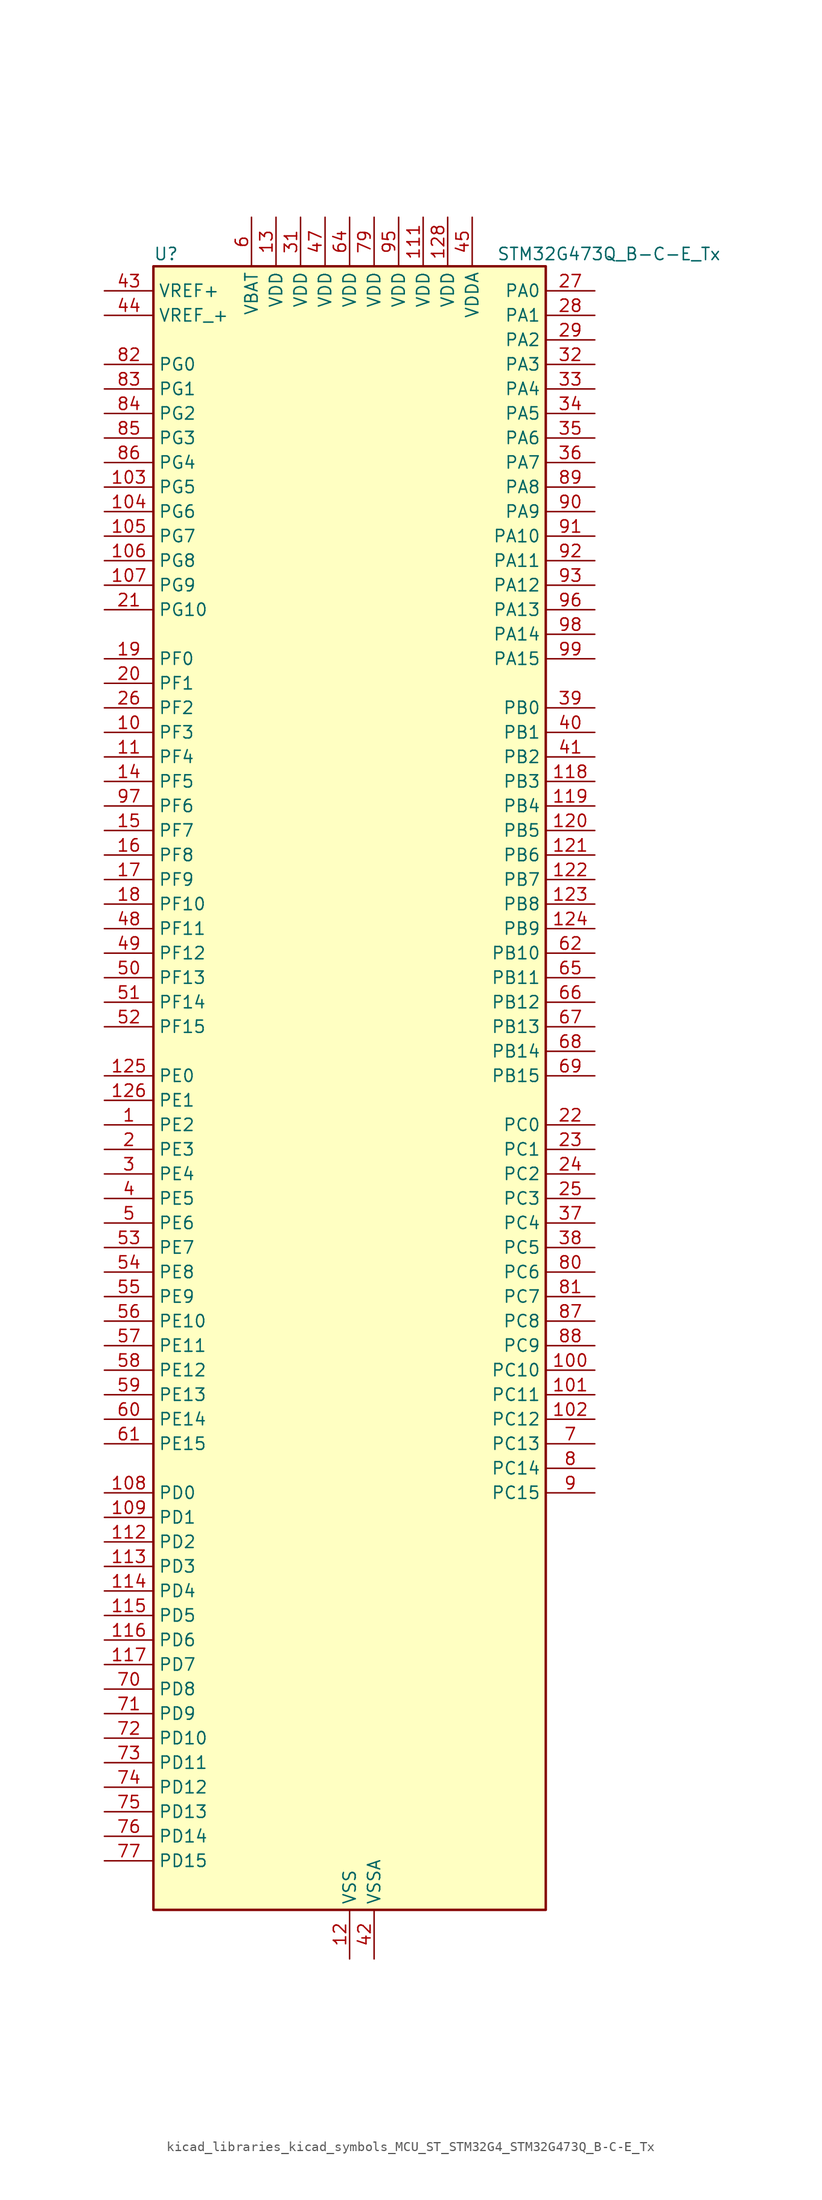
<source format=kicad_sym>
(kicad_symbol_lib
  (version 20220914)
  (generator kicad_symbol_editor)
  (symbol "kicad_libraries_kicad_symbols_MCU_ST_STM32G4_STM32G473Q_B-C-E_Tx"
    (property "Reference" "U"
      (at -20.32 87.63 0)
      (effects (font (size 1.27 1.27)) (justify left)))
    (property "Value" "STM32G473Q_B-C-E_Tx"
      (at 15.24 87.63 0)
      (effects (font (size 1.27 1.27)) (justify left)))
    (property "ki_locked" ""
      (at 0 0 0)
      (effects (font (size 1.27 1.27))))
    (symbol "kicad_libraries_kicad_symbols_MCU_ST_STM32G4_STM32G473Q_B-C-E_Tx_0_1"
      (rectangle (start -20.32 -83.82) (end 20.32 86.36) (stroke (width 0.254) (type default)) (fill (type background))))
    (symbol "kicad_libraries_kicad_symbols_MCU_ST_STM32G4_STM32G473Q_B-C-E_Tx_1_1"
      (pin bidirectional line (at -25.4 -2.54 0) (length 5.08) (name "PE2" (effects (font (size 1.27 1.27)))) (number "1" (effects (font (size 1.27 1.27)))) (alternate "ADC3_EXTI2" bidirectional line) (alternate "ADC4_EXTI2" bidirectional line) (alternate "ADC5_EXTI2" bidirectional line) (alternate "FMC_A23" bidirectional line) (alternate "SAI1_CK1" bidirectional line) (alternate "SAI1_MCLK_A" bidirectional line) (alternate "SPI4_SCK" bidirectional line) (alternate "SYS_TRACECLK" bidirectional line) (alternate "TIM20_CH1" bidirectional line) (alternate "TIM3_CH1" bidirectional line))
      (pin bidirectional line (at -25.4 38.1 0) (length 5.08) (name "PF3" (effects (font (size 1.27 1.27)))) (number "10" (effects (font (size 1.27 1.27)))) (alternate "ADC3_EXTI3" bidirectional line) (alternate "ADC4_EXTI3" bidirectional line) (alternate "ADC5_EXTI3" bidirectional line) (alternate "FMC_A3" bidirectional line) (alternate "I2C3_SCL" bidirectional line) (alternate "TIM20_CH4" bidirectional line))
      (pin bidirectional line (at 25.4 -27.94 180) (length 5.08) (name "PC10" (effects (font (size 1.27 1.27)))) (number "100" (effects (font (size 1.27 1.27)))) (alternate "DAC1_EXTI10" bidirectional line) (alternate "DAC2_EXTI10" bidirectional line) (alternate "DAC3_EXTI10" bidirectional line) (alternate "DAC4_EXTI10" bidirectional line) (alternate "I2S3_CK" bidirectional line) (alternate "SPI3_SCK" bidirectional line) (alternate "TIM8_CH1N" bidirectional line) (alternate "UART4_TX" bidirectional line) (alternate "USART3_TX" bidirectional line))
      (pin bidirectional line (at 25.4 -30.48 180) (length 5.08) (name "PC11" (effects (font (size 1.27 1.27)))) (number "101" (effects (font (size 1.27 1.27)))) (alternate "ADC1_EXTI11" bidirectional line) (alternate "ADC2_EXTI11" bidirectional line) (alternate "I2C3_SDA" bidirectional line) (alternate "SPI3_MISO" bidirectional line) (alternate "TIM8_CH2N" bidirectional line) (alternate "UART4_RX" bidirectional line) (alternate "USART3_RX" bidirectional line))
      (pin bidirectional line (at 25.4 -33.02 180) (length 5.08) (name "PC12" (effects (font (size 1.27 1.27)))) (number "102" (effects (font (size 1.27 1.27)))) (alternate "I2S3_SD" bidirectional line) (alternate "SPI3_MOSI" bidirectional line) (alternate "TIM5_CH2" bidirectional line) (alternate "TIM8_CH3N" bidirectional line) (alternate "UART5_TX" bidirectional line) (alternate "UCPD1_FRSTX1" bidirectional line) (alternate "UCPD1_FRSTX2" bidirectional line) (alternate "USART3_CK" bidirectional line))
      (pin bidirectional line (at -25.4 63.5 0) (length 5.08) (name "PG5" (effects (font (size 1.27 1.27)))) (number "103" (effects (font (size 1.27 1.27)))) (alternate "FMC_A15" bidirectional line) (alternate "LPUART1_CTS" bidirectional line) (alternate "SPI1_NSS" bidirectional line) (alternate "TIM20_ETR" bidirectional line))
      (pin bidirectional line (at -25.4 60.96 0) (length 5.08) (name "PG6" (effects (font (size 1.27 1.27)))) (number "104" (effects (font (size 1.27 1.27)))) (alternate "FMC_INT" bidirectional line) (alternate "I2C3_SMBA" bidirectional line) (alternate "LPUART1_DE" bidirectional line) (alternate "LPUART1_RTS" bidirectional line) (alternate "TIM20_BKIN" bidirectional line))
      (pin bidirectional line (at -25.4 58.42 0) (length 5.08) (name "PG7" (effects (font (size 1.27 1.27)))) (number "105" (effects (font (size 1.27 1.27)))) (alternate "FMC_INT" bidirectional line) (alternate "I2C3_SCL" bidirectional line) (alternate "LPUART1_TX" bidirectional line) (alternate "SAI1_CK1" bidirectional line) (alternate "SAI1_MCLK_A" bidirectional line))
      (pin bidirectional line (at -25.4 55.88 0) (length 5.08) (name "PG8" (effects (font (size 1.27 1.27)))) (number "106" (effects (font (size 1.27 1.27)))) (alternate "FMC_NE3" bidirectional line) (alternate "I2C3_SDA" bidirectional line) (alternate "LPUART1_RX" bidirectional line))
      (pin bidirectional line (at -25.4 53.34 0) (length 5.08) (name "PG9" (effects (font (size 1.27 1.27)))) (number "107" (effects (font (size 1.27 1.27)))) (alternate "DAC1_EXTI9" bidirectional line) (alternate "DAC2_EXTI9" bidirectional line) (alternate "DAC3_EXTI9" bidirectional line) (alternate "DAC4_EXTI9" bidirectional line) (alternate "FMC_NCE" bidirectional line) (alternate "FMC_NE2" bidirectional line) (alternate "SPI3_SCK" bidirectional line) (alternate "TIM15_CH1N" bidirectional line) (alternate "USART1_TX" bidirectional line))
      (pin bidirectional line (at -25.4 -40.64 0) (length 5.08) (name "PD0" (effects (font (size 1.27 1.27)))) (number "108" (effects (font (size 1.27 1.27)))) (alternate "FDCAN1_RX" bidirectional line) (alternate "FMC_D2" bidirectional line) (alternate "FMC_DA2" bidirectional line) (alternate "TIM8_CH4N" bidirectional line))
      (pin bidirectional line (at -25.4 -43.18 0) (length 5.08) (name "PD1" (effects (font (size 1.27 1.27)))) (number "109" (effects (font (size 1.27 1.27)))) (alternate "FDCAN1_TX" bidirectional line) (alternate "FMC_D3" bidirectional line) (alternate "FMC_DA3" bidirectional line) (alternate "TIM8_BKIN2" bidirectional line) (alternate "TIM8_CH4" bidirectional line))
      (pin bidirectional line (at -25.4 35.56 0) (length 5.08) (name "PF4" (effects (font (size 1.27 1.27)))) (number "11" (effects (font (size 1.27 1.27)))) (alternate "COMP1_OUT" bidirectional line) (alternate "FMC_A4" bidirectional line) (alternate "I2C3_SDA" bidirectional line) (alternate "TIM20_CH1N" bidirectional line))
      (pin passive line (at 0 -88.9 90) (length 5.08) hide (name "VSS" (effects (font (size 1.27 1.27)))) (number "110" (effects (font (size 1.27 1.27)))))
      (pin power_in line (at 7.62 91.44 270) (length 5.08) (name "VDD" (effects (font (size 1.27 1.27)))) (number "111" (effects (font (size 1.27 1.27)))))
      (pin bidirectional line (at -25.4 -45.72 0) (length 5.08) (name "PD2" (effects (font (size 1.27 1.27)))) (number "112" (effects (font (size 1.27 1.27)))) (alternate "ADC3_EXTI2" bidirectional line) (alternate "ADC4_EXTI2" bidirectional line) (alternate "ADC5_EXTI2" bidirectional line) (alternate "TIM3_ETR" bidirectional line) (alternate "TIM8_BKIN" bidirectional line) (alternate "UART5_RX" bidirectional line))
      (pin bidirectional line (at -25.4 -48.26 0) (length 5.08) (name "PD3" (effects (font (size 1.27 1.27)))) (number "113" (effects (font (size 1.27 1.27)))) (alternate "ADC3_EXTI3" bidirectional line) (alternate "ADC4_EXTI3" bidirectional line) (alternate "ADC5_EXTI3" bidirectional line) (alternate "FMC_CLK" bidirectional line) (alternate "QUADSPI1_BK2_NCS" bidirectional line) (alternate "TIM2_CH1" bidirectional line) (alternate "TIM2_ETR" bidirectional line) (alternate "USART2_CTS" bidirectional line) (alternate "USART2_NSS" bidirectional line))
      (pin bidirectional line (at -25.4 -50.8 0) (length 5.08) (name "PD4" (effects (font (size 1.27 1.27)))) (number "114" (effects (font (size 1.27 1.27)))) (alternate "FMC_NOE" bidirectional line) (alternate "QUADSPI1_BK2_IO0" bidirectional line) (alternate "TIM2_CH2" bidirectional line) (alternate "USART2_DE" bidirectional line) (alternate "USART2_RTS" bidirectional line))
      (pin bidirectional line (at -25.4 -53.34 0) (length 5.08) (name "PD5" (effects (font (size 1.27 1.27)))) (number "115" (effects (font (size 1.27 1.27)))) (alternate "FMC_NWE" bidirectional line) (alternate "QUADSPI1_BK2_IO1" bidirectional line) (alternate "USART2_TX" bidirectional line))
      (pin bidirectional line (at -25.4 -55.88 0) (length 5.08) (name "PD6" (effects (font (size 1.27 1.27)))) (number "116" (effects (font (size 1.27 1.27)))) (alternate "FMC_NWAIT" bidirectional line) (alternate "QUADSPI1_BK2_IO2" bidirectional line) (alternate "SAI1_D1" bidirectional line) (alternate "SAI1_SD_A" bidirectional line) (alternate "TIM2_CH4" bidirectional line) (alternate "USART2_RX" bidirectional line))
      (pin bidirectional line (at -25.4 -58.42 0) (length 5.08) (name "PD7" (effects (font (size 1.27 1.27)))) (number "117" (effects (font (size 1.27 1.27)))) (alternate "FMC_NCE" bidirectional line) (alternate "FMC_NE1" bidirectional line) (alternate "QUADSPI1_BK2_IO3" bidirectional line) (alternate "TIM2_CH3" bidirectional line) (alternate "USART2_CK" bidirectional line))
      (pin bidirectional line (at 25.4 33.02 180) (length 5.08) (name "PB3" (effects (font (size 1.27 1.27)))) (number "118" (effects (font (size 1.27 1.27)))) (alternate "ADC3_EXTI3" bidirectional line) (alternate "ADC4_EXTI3" bidirectional line) (alternate "ADC5_EXTI3" bidirectional line) (alternate "CRS_SYNC" bidirectional line) (alternate "FDCAN3_RX" bidirectional line) (alternate "I2S3_CK" bidirectional line) (alternate "SAI1_SCK_B" bidirectional line) (alternate "SPI1_SCK" bidirectional line) (alternate "SPI3_SCK" bidirectional line) (alternate "SYS_JTDO-SWO" bidirectional line) (alternate "TIM2_CH2" bidirectional line) (alternate "TIM3_ETR" bidirectional line) (alternate "TIM4_ETR" bidirectional line) (alternate "TIM8_CH1N" bidirectional line) (alternate "USART2_TX" bidirectional line))
      (pin bidirectional line (at 25.4 30.48 180) (length 5.08) (name "PB4" (effects (font (size 1.27 1.27)))) (number "119" (effects (font (size 1.27 1.27)))) (alternate "FDCAN3_TX" bidirectional line) (alternate "SAI1_MCLK_B" bidirectional line) (alternate "SPI1_MISO" bidirectional line) (alternate "SPI3_MISO" bidirectional line) (alternate "SYS_JTRST" bidirectional line) (alternate "TIM16_CH1" bidirectional line) (alternate "TIM17_BKIN" bidirectional line) (alternate "TIM3_CH1" bidirectional line) (alternate "TIM8_CH2N" bidirectional line) (alternate "UART5_DE" bidirectional line) (alternate "UART5_RTS" bidirectional line) (alternate "UCPD1_CC2" bidirectional line) (alternate "USART2_RX" bidirectional line))
      (pin power_in line (at 0 -88.9 90) (length 5.08) (name "VSS" (effects (font (size 1.27 1.27)))) (number "12" (effects (font (size 1.27 1.27)))))
      (pin bidirectional line (at 25.4 27.94 180) (length 5.08) (name "PB5" (effects (font (size 1.27 1.27)))) (number "120" (effects (font (size 1.27 1.27)))) (alternate "FDCAN2_RX" bidirectional line) (alternate "I2C1_SMBA" bidirectional line) (alternate "I2C3_SDA" bidirectional line) (alternate "I2S3_SD" bidirectional line) (alternate "LPTIM1_IN1" bidirectional line) (alternate "SAI1_SD_B" bidirectional line) (alternate "SPI1_MOSI" bidirectional line) (alternate "SPI3_MOSI" bidirectional line) (alternate "TIM16_BKIN" bidirectional line) (alternate "TIM17_CH1" bidirectional line) (alternate "TIM3_CH2" bidirectional line) (alternate "TIM8_CH3N" bidirectional line) (alternate "UART5_CTS" bidirectional line) (alternate "USART2_CK" bidirectional line))
      (pin bidirectional line (at 25.4 25.4 180) (length 5.08) (name "PB6" (effects (font (size 1.27 1.27)))) (number "121" (effects (font (size 1.27 1.27)))) (alternate "COMP4_OUT" bidirectional line) (alternate "FDCAN2_TX" bidirectional line) (alternate "LPTIM1_ETR" bidirectional line) (alternate "SAI1_FS_B" bidirectional line) (alternate "TIM16_CH1N" bidirectional line) (alternate "TIM4_CH1" bidirectional line) (alternate "TIM8_BKIN2" bidirectional line) (alternate "TIM8_CH1" bidirectional line) (alternate "TIM8_ETR" bidirectional line) (alternate "UCPD1_CC1" bidirectional line) (alternate "USART1_TX" bidirectional line))
      (pin bidirectional line (at 25.4 22.86 180) (length 5.08) (name "PB7" (effects (font (size 1.27 1.27)))) (number "122" (effects (font (size 1.27 1.27)))) (alternate "COMP3_OUT" bidirectional line) (alternate "FMC_NL" bidirectional line) (alternate "I2C1_SDA" bidirectional line) (alternate "I2C4_SDA" bidirectional line) (alternate "LPTIM1_IN2" bidirectional line) (alternate "SYS_PVD_IN" bidirectional line) (alternate "TIM17_CH1N" bidirectional line) (alternate "TIM3_CH4" bidirectional line) (alternate "TIM4_CH2" bidirectional line) (alternate "TIM8_BKIN" bidirectional line) (alternate "UART4_CTS" bidirectional line) (alternate "USART1_RX" bidirectional line))
      (pin bidirectional line (at 25.4 20.32 180) (length 5.08) (name "PB8" (effects (font (size 1.27 1.27)))) (number "123" (effects (font (size 1.27 1.27)))) (alternate "COMP1_OUT" bidirectional line) (alternate "FDCAN1_RX" bidirectional line) (alternate "I2C1_SCL" bidirectional line) (alternate "SAI1_CK1" bidirectional line) (alternate "SAI1_MCLK_A" bidirectional line) (alternate "TIM16_CH1" bidirectional line) (alternate "TIM1_BKIN" bidirectional line) (alternate "TIM4_CH3" bidirectional line) (alternate "TIM8_CH2" bidirectional line) (alternate "USART3_RX" bidirectional line))
      (pin bidirectional line (at 25.4 17.78 180) (length 5.08) (name "PB9" (effects (font (size 1.27 1.27)))) (number "124" (effects (font (size 1.27 1.27)))) (alternate "COMP2_OUT" bidirectional line) (alternate "DAC1_EXTI9" bidirectional line) (alternate "DAC2_EXTI9" bidirectional line) (alternate "DAC3_EXTI9" bidirectional line) (alternate "DAC4_EXTI9" bidirectional line) (alternate "FDCAN1_TX" bidirectional line) (alternate "I2C1_SDA" bidirectional line) (alternate "IR_OUT" bidirectional line) (alternate "SAI1_D2" bidirectional line) (alternate "SAI1_FS_A" bidirectional line) (alternate "TIM17_CH1" bidirectional line) (alternate "TIM1_CH3N" bidirectional line) (alternate "TIM4_CH4" bidirectional line) (alternate "TIM8_CH3" bidirectional line) (alternate "USART3_TX" bidirectional line))
      (pin bidirectional line (at -25.4 2.54 0) (length 5.08) (name "PE0" (effects (font (size 1.27 1.27)))) (number "125" (effects (font (size 1.27 1.27)))) (alternate "FMC_NBL0" bidirectional line) (alternate "TIM16_CH1" bidirectional line) (alternate "TIM20_CH4N" bidirectional line) (alternate "TIM20_ETR" bidirectional line) (alternate "TIM4_ETR" bidirectional line) (alternate "USART1_TX" bidirectional line))
      (pin bidirectional line (at -25.4 0 0) (length 5.08) (name "PE1" (effects (font (size 1.27 1.27)))) (number "126" (effects (font (size 1.27 1.27)))) (alternate "FMC_NBL1" bidirectional line) (alternate "TIM17_CH1" bidirectional line) (alternate "TIM20_CH4" bidirectional line) (alternate "USART1_RX" bidirectional line))
      (pin passive line (at 0 -88.9 90) (length 5.08) hide (name "VSS" (effects (font (size 1.27 1.27)))) (number "127" (effects (font (size 1.27 1.27)))))
      (pin power_in line (at 10.16 91.44 270) (length 5.08) (name "VDD" (effects (font (size 1.27 1.27)))) (number "128" (effects (font (size 1.27 1.27)))))
      (pin power_in line (at -7.62 91.44 270) (length 5.08) (name "VDD" (effects (font (size 1.27 1.27)))) (number "13" (effects (font (size 1.27 1.27)))))
      (pin bidirectional line (at -25.4 33.02 0) (length 5.08) (name "PF5" (effects (font (size 1.27 1.27)))) (number "14" (effects (font (size 1.27 1.27)))) (alternate "FMC_A5" bidirectional line) (alternate "TIM20_CH2N" bidirectional line))
      (pin bidirectional line (at -25.4 27.94 0) (length 5.08) (name "PF7" (effects (font (size 1.27 1.27)))) (number "15" (effects (font (size 1.27 1.27)))) (alternate "FMC_A1" bidirectional line) (alternate "QUADSPI1_BK1_IO2" bidirectional line) (alternate "SAI1_MCLK_B" bidirectional line) (alternate "TIM20_BKIN" bidirectional line) (alternate "TIM5_CH2" bidirectional line))
      (pin bidirectional line (at -25.4 25.4 0) (length 5.08) (name "PF8" (effects (font (size 1.27 1.27)))) (number "16" (effects (font (size 1.27 1.27)))) (alternate "FMC_A24" bidirectional line) (alternate "QUADSPI1_BK1_IO0" bidirectional line) (alternate "SAI1_SCK_B" bidirectional line) (alternate "TIM20_BKIN2" bidirectional line) (alternate "TIM5_CH3" bidirectional line))
      (pin bidirectional line (at -25.4 22.86 0) (length 5.08) (name "PF9" (effects (font (size 1.27 1.27)))) (number "17" (effects (font (size 1.27 1.27)))) (alternate "DAC1_EXTI9" bidirectional line) (alternate "DAC2_EXTI9" bidirectional line) (alternate "DAC3_EXTI9" bidirectional line) (alternate "DAC4_EXTI9" bidirectional line) (alternate "FMC_A25" bidirectional line) (alternate "QUADSPI1_BK1_IO1" bidirectional line) (alternate "SAI1_FS_B" bidirectional line) (alternate "SPI2_SCK" bidirectional line) (alternate "TIM15_CH1" bidirectional line) (alternate "TIM20_BKIN" bidirectional line) (alternate "TIM5_CH4" bidirectional line))
      (pin bidirectional line (at -25.4 20.32 0) (length 5.08) (name "PF10" (effects (font (size 1.27 1.27)))) (number "18" (effects (font (size 1.27 1.27)))) (alternate "DAC1_EXTI10" bidirectional line) (alternate "DAC2_EXTI10" bidirectional line) (alternate "DAC3_EXTI10" bidirectional line) (alternate "DAC4_EXTI10" bidirectional line) (alternate "FMC_A0" bidirectional line) (alternate "QUADSPI1_CLK" bidirectional line) (alternate "SAI1_D3" bidirectional line) (alternate "SPI2_SCK" bidirectional line) (alternate "TIM15_CH2" bidirectional line) (alternate "TIM20_BKIN2" bidirectional line))
      (pin bidirectional line (at -25.4 45.72 0) (length 5.08) (name "PF0" (effects (font (size 1.27 1.27)))) (number "19" (effects (font (size 1.27 1.27)))) (alternate "ADC1_IN10" bidirectional line) (alternate "I2C2_SDA" bidirectional line) (alternate "I2S2_WS" bidirectional line) (alternate "RCC_OSC_IN" bidirectional line) (alternate "SPI2_NSS" bidirectional line) (alternate "TIM1_CH3N" bidirectional line))
      (pin bidirectional line (at -25.4 -5.08 0) (length 5.08) (name "PE3" (effects (font (size 1.27 1.27)))) (number "2" (effects (font (size 1.27 1.27)))) (alternate "ADC3_EXTI3" bidirectional line) (alternate "ADC4_EXTI3" bidirectional line) (alternate "ADC5_EXTI3" bidirectional line) (alternate "FMC_A19" bidirectional line) (alternate "SAI1_SD_B" bidirectional line) (alternate "SPI4_NSS" bidirectional line) (alternate "SYS_TRACED0" bidirectional line) (alternate "TIM20_CH2" bidirectional line) (alternate "TIM3_CH2" bidirectional line))
      (pin bidirectional line (at -25.4 43.18 0) (length 5.08) (name "PF1" (effects (font (size 1.27 1.27)))) (number "20" (effects (font (size 1.27 1.27)))) (alternate "ADC2_IN10" bidirectional line) (alternate "COMP3_INM" bidirectional line) (alternate "I2S2_CK" bidirectional line) (alternate "RCC_OSC_OUT" bidirectional line) (alternate "SPI2_SCK" bidirectional line))
      (pin bidirectional line (at -25.4 50.8 0) (length 5.08) (name "PG10" (effects (font (size 1.27 1.27)))) (number "21" (effects (font (size 1.27 1.27)))) (alternate "DAC1_EXTI10" bidirectional line) (alternate "DAC2_EXTI10" bidirectional line) (alternate "DAC3_EXTI10" bidirectional line) (alternate "DAC4_EXTI10" bidirectional line) (alternate "RCC_MCO" bidirectional line))
      (pin bidirectional line (at 25.4 -2.54 180) (length 5.08) (name "PC0" (effects (font (size 1.27 1.27)))) (number "22" (effects (font (size 1.27 1.27)))) (alternate "ADC1_IN6" bidirectional line) (alternate "ADC2_IN6" bidirectional line) (alternate "COMP3_INM" bidirectional line) (alternate "LPTIM1_IN1" bidirectional line) (alternate "LPUART1_RX" bidirectional line) (alternate "TIM1_CH1" bidirectional line))
      (pin bidirectional line (at 25.4 -5.08 180) (length 5.08) (name "PC1" (effects (font (size 1.27 1.27)))) (number "23" (effects (font (size 1.27 1.27)))) (alternate "ADC1_IN7" bidirectional line) (alternate "ADC2_IN7" bidirectional line) (alternate "COMP3_INP" bidirectional line) (alternate "LPTIM1_OUT" bidirectional line) (alternate "LPUART1_TX" bidirectional line) (alternate "QUADSPI1_BK2_IO0" bidirectional line) (alternate "SAI1_SD_A" bidirectional line) (alternate "TIM1_CH2" bidirectional line))
      (pin bidirectional line (at 25.4 -7.62 180) (length 5.08) (name "PC2" (effects (font (size 1.27 1.27)))) (number "24" (effects (font (size 1.27 1.27)))) (alternate "ADC1_IN8" bidirectional line) (alternate "ADC2_IN8" bidirectional line) (alternate "ADC3_EXTI2" bidirectional line) (alternate "ADC4_EXTI2" bidirectional line) (alternate "ADC5_EXTI2" bidirectional line) (alternate "COMP3_OUT" bidirectional line) (alternate "LPTIM1_IN2" bidirectional line) (alternate "QUADSPI1_BK2_IO1" bidirectional line) (alternate "TIM1_CH3" bidirectional line) (alternate "TIM20_CH2" bidirectional line))
      (pin bidirectional line (at 25.4 -10.16 180) (length 5.08) (name "PC3" (effects (font (size 1.27 1.27)))) (number "25" (effects (font (size 1.27 1.27)))) (alternate "ADC1_IN9" bidirectional line) (alternate "ADC2_IN9" bidirectional line) (alternate "ADC3_EXTI3" bidirectional line) (alternate "ADC4_EXTI3" bidirectional line) (alternate "ADC5_EXTI3" bidirectional line) (alternate "LPTIM1_ETR" bidirectional line) (alternate "OPAMP5_VINP" bidirectional line) (alternate "OPAMP5_VINP_SEC" bidirectional line) (alternate "QUADSPI1_BK2_IO2" bidirectional line) (alternate "SAI1_D1" bidirectional line) (alternate "SAI1_SD_A" bidirectional line) (alternate "TIM1_BKIN2" bidirectional line) (alternate "TIM1_CH4" bidirectional line))
      (pin bidirectional line (at -25.4 40.64 0) (length 5.08) (name "PF2" (effects (font (size 1.27 1.27)))) (number "26" (effects (font (size 1.27 1.27)))) (alternate "ADC3_EXTI2" bidirectional line) (alternate "ADC4_EXTI2" bidirectional line) (alternate "ADC5_EXTI2" bidirectional line) (alternate "FMC_A2" bidirectional line) (alternate "I2C2_SMBA" bidirectional line) (alternate "TIM20_CH3" bidirectional line))
      (pin bidirectional line (at 25.4 83.82 180) (length 5.08) (name "PA0" (effects (font (size 1.27 1.27)))) (number "27" (effects (font (size 1.27 1.27)))) (alternate "ADC1_IN1" bidirectional line) (alternate "ADC2_IN1" bidirectional line) (alternate "COMP1_INM" bidirectional line) (alternate "COMP1_OUT" bidirectional line) (alternate "COMP3_INP" bidirectional line) (alternate "RTC_TAMP2" bidirectional line) (alternate "SYS_WKUP1" bidirectional line) (alternate "TIM2_CH1" bidirectional line) (alternate "TIM2_ETR" bidirectional line) (alternate "TIM5_CH1" bidirectional line) (alternate "TIM8_BKIN" bidirectional line) (alternate "TIM8_ETR" bidirectional line) (alternate "USART2_CTS" bidirectional line) (alternate "USART2_NSS" bidirectional line))
      (pin bidirectional line (at 25.4 81.28 180) (length 5.08) (name "PA1" (effects (font (size 1.27 1.27)))) (number "28" (effects (font (size 1.27 1.27)))) (alternate "ADC1_IN2" bidirectional line) (alternate "ADC2_IN2" bidirectional line) (alternate "COMP1_INP" bidirectional line) (alternate "OPAMP1_VINP" bidirectional line) (alternate "OPAMP1_VINP_SEC" bidirectional line) (alternate "OPAMP3_VINP" bidirectional line) (alternate "OPAMP3_VINP_SEC" bidirectional line) (alternate "OPAMP6_VINM" bidirectional line) (alternate "OPAMP6_VINM0" bidirectional line) (alternate "OPAMP6_VINM_SEC" bidirectional line) (alternate "RTC_REFIN" bidirectional line) (alternate "TIM15_CH1N" bidirectional line) (alternate "TIM2_CH2" bidirectional line) (alternate "TIM5_CH2" bidirectional line) (alternate "USART2_DE" bidirectional line) (alternate "USART2_RTS" bidirectional line))
      (pin bidirectional line (at 25.4 78.74 180) (length 5.08) (name "PA2" (effects (font (size 1.27 1.27)))) (number "29" (effects (font (size 1.27 1.27)))) (alternate "ADC1_IN3" bidirectional line) (alternate "ADC3_EXTI2" bidirectional line) (alternate "ADC4_EXTI2" bidirectional line) (alternate "ADC5_EXTI2" bidirectional line) (alternate "COMP2_INM" bidirectional line) (alternate "COMP2_OUT" bidirectional line) (alternate "LPUART1_TX" bidirectional line) (alternate "OPAMP1_VOUT" bidirectional line) (alternate "QUADSPI1_BK1_NCS" bidirectional line) (alternate "RCC_LSCO" bidirectional line) (alternate "SYS_WKUP4" bidirectional line) (alternate "TIM15_CH1" bidirectional line) (alternate "TIM2_CH3" bidirectional line) (alternate "TIM5_CH3" bidirectional line) (alternate "UCPD1_FRSTX1" bidirectional line) (alternate "UCPD1_FRSTX2" bidirectional line) (alternate "USART2_TX" bidirectional line))
      (pin bidirectional line (at -25.4 -7.62 0) (length 5.08) (name "PE4" (effects (font (size 1.27 1.27)))) (number "3" (effects (font (size 1.27 1.27)))) (alternate "FMC_A20" bidirectional line) (alternate "SAI1_D2" bidirectional line) (alternate "SAI1_FS_A" bidirectional line) (alternate "SPI4_NSS" bidirectional line) (alternate "SYS_TRACED1" bidirectional line) (alternate "TIM20_CH1N" bidirectional line) (alternate "TIM3_CH3" bidirectional line))
      (pin passive line (at 0 -88.9 90) (length 5.08) hide (name "VSS" (effects (font (size 1.27 1.27)))) (number "30" (effects (font (size 1.27 1.27)))))
      (pin power_in line (at -5.08 91.44 270) (length 5.08) (name "VDD" (effects (font (size 1.27 1.27)))) (number "31" (effects (font (size 1.27 1.27)))))
      (pin bidirectional line (at 25.4 76.2 180) (length 5.08) (name "PA3" (effects (font (size 1.27 1.27)))) (number "32" (effects (font (size 1.27 1.27)))) (alternate "ADC1_IN4" bidirectional line) (alternate "ADC3_EXTI3" bidirectional line) (alternate "ADC4_EXTI3" bidirectional line) (alternate "ADC5_EXTI3" bidirectional line) (alternate "COMP2_INP" bidirectional line) (alternate "LPUART1_RX" bidirectional line) (alternate "OPAMP1_VINM" bidirectional line) (alternate "OPAMP1_VINM0" bidirectional line) (alternate "OPAMP1_VINM_SEC" bidirectional line) (alternate "OPAMP1_VINP" bidirectional line) (alternate "OPAMP1_VINP_SEC" bidirectional line) (alternate "OPAMP5_VINM" bidirectional line) (alternate "OPAMP5_VINM1" bidirectional line) (alternate "OPAMP5_VINM_SEC" bidirectional line) (alternate "QUADSPI1_CLK" bidirectional line) (alternate "SAI1_CK1" bidirectional line) (alternate "SAI1_MCLK_A" bidirectional line) (alternate "TIM15_CH2" bidirectional line) (alternate "TIM2_CH4" bidirectional line) (alternate "TIM5_CH4" bidirectional line) (alternate "USART2_RX" bidirectional line))
      (pin bidirectional line (at 25.4 73.66 180) (length 5.08) (name "PA4" (effects (font (size 1.27 1.27)))) (number "33" (effects (font (size 1.27 1.27)))) (alternate "ADC2_IN17" bidirectional line) (alternate "COMP1_INM" bidirectional line) (alternate "DAC1_OUT1" bidirectional line) (alternate "I2S3_WS" bidirectional line) (alternate "SAI1_FS_B" bidirectional line) (alternate "SPI1_NSS" bidirectional line) (alternate "SPI3_NSS" bidirectional line) (alternate "TIM3_CH2" bidirectional line) (alternate "USART2_CK" bidirectional line))
      (pin bidirectional line (at 25.4 71.12 180) (length 5.08) (name "PA5" (effects (font (size 1.27 1.27)))) (number "34" (effects (font (size 1.27 1.27)))) (alternate "ADC2_IN13" bidirectional line) (alternate "COMP2_INM" bidirectional line) (alternate "DAC1_OUT2" bidirectional line) (alternate "OPAMP2_VINM" bidirectional line) (alternate "OPAMP2_VINM0" bidirectional line) (alternate "OPAMP2_VINM_SEC" bidirectional line) (alternate "SPI1_SCK" bidirectional line) (alternate "TIM2_CH1" bidirectional line) (alternate "TIM2_ETR" bidirectional line) (alternate "UCPD1_FRSTX1" bidirectional line) (alternate "UCPD1_FRSTX2" bidirectional line))
      (pin bidirectional line (at 25.4 68.58 180) (length 5.08) (name "PA6" (effects (font (size 1.27 1.27)))) (number "35" (effects (font (size 1.27 1.27)))) (alternate "ADC2_IN3" bidirectional line) (alternate "COMP1_OUT" bidirectional line) (alternate "DAC2_OUT1" bidirectional line) (alternate "LPUART1_CTS" bidirectional line) (alternate "OPAMP2_VOUT" bidirectional line) (alternate "QUADSPI1_BK1_IO3" bidirectional line) (alternate "SPI1_MISO" bidirectional line) (alternate "TIM16_CH1" bidirectional line) (alternate "TIM1_BKIN" bidirectional line) (alternate "TIM3_CH1" bidirectional line) (alternate "TIM8_BKIN" bidirectional line))
      (pin bidirectional line (at 25.4 66.04 180) (length 5.08) (name "PA7" (effects (font (size 1.27 1.27)))) (number "36" (effects (font (size 1.27 1.27)))) (alternate "ADC2_IN4" bidirectional line) (alternate "COMP2_INP" bidirectional line) (alternate "COMP2_OUT" bidirectional line) (alternate "OPAMP1_VINP" bidirectional line) (alternate "OPAMP1_VINP_SEC" bidirectional line) (alternate "OPAMP2_VINP" bidirectional line) (alternate "OPAMP2_VINP_SEC" bidirectional line) (alternate "QUADSPI1_BK1_IO2" bidirectional line) (alternate "SPI1_MOSI" bidirectional line) (alternate "TIM17_CH1" bidirectional line) (alternate "TIM1_CH1N" bidirectional line) (alternate "TIM3_CH2" bidirectional line) (alternate "TIM8_CH1N" bidirectional line) (alternate "UCPD1_FRSTX1" bidirectional line) (alternate "UCPD1_FRSTX2" bidirectional line))
      (pin bidirectional line (at 25.4 -12.7 180) (length 5.08) (name "PC4" (effects (font (size 1.27 1.27)))) (number "37" (effects (font (size 1.27 1.27)))) (alternate "ADC2_IN5" bidirectional line) (alternate "I2C2_SCL" bidirectional line) (alternate "QUADSPI1_BK2_IO3" bidirectional line) (alternate "TIM1_ETR" bidirectional line) (alternate "USART1_TX" bidirectional line))
      (pin bidirectional line (at 25.4 -15.24 180) (length 5.08) (name "PC5" (effects (font (size 1.27 1.27)))) (number "38" (effects (font (size 1.27 1.27)))) (alternate "ADC2_IN11" bidirectional line) (alternate "OPAMP1_VINM" bidirectional line) (alternate "OPAMP1_VINM1" bidirectional line) (alternate "OPAMP1_VINM_SEC" bidirectional line) (alternate "OPAMP2_VINM" bidirectional line) (alternate "OPAMP2_VINM1" bidirectional line) (alternate "OPAMP2_VINM_SEC" bidirectional line) (alternate "SAI1_D3" bidirectional line) (alternate "SYS_WKUP5" bidirectional line) (alternate "TIM15_BKIN" bidirectional line) (alternate "TIM1_CH4N" bidirectional line) (alternate "USART1_RX" bidirectional line))
      (pin bidirectional line (at 25.4 40.64 180) (length 5.08) (name "PB0" (effects (font (size 1.27 1.27)))) (number "39" (effects (font (size 1.27 1.27)))) (alternate "ADC1_IN15" bidirectional line) (alternate "ADC3_IN12" bidirectional line) (alternate "COMP4_INP" bidirectional line) (alternate "OPAMP2_VINP" bidirectional line) (alternate "OPAMP2_VINP_SEC" bidirectional line) (alternate "OPAMP3_VINP" bidirectional line) (alternate "OPAMP3_VINP_SEC" bidirectional line) (alternate "QUADSPI1_BK1_IO1" bidirectional line) (alternate "TIM1_CH2N" bidirectional line) (alternate "TIM3_CH3" bidirectional line) (alternate "TIM8_CH2N" bidirectional line) (alternate "UCPD1_FRSTX1" bidirectional line) (alternate "UCPD1_FRSTX2" bidirectional line))
      (pin bidirectional line (at -25.4 -10.16 0) (length 5.08) (name "PE5" (effects (font (size 1.27 1.27)))) (number "4" (effects (font (size 1.27 1.27)))) (alternate "FMC_A21" bidirectional line) (alternate "SAI1_CK2" bidirectional line) (alternate "SAI1_SCK_A" bidirectional line) (alternate "SPI4_MISO" bidirectional line) (alternate "SYS_TRACED2" bidirectional line) (alternate "TIM20_CH2N" bidirectional line) (alternate "TIM3_CH4" bidirectional line))
      (pin bidirectional line (at 25.4 38.1 180) (length 5.08) (name "PB1" (effects (font (size 1.27 1.27)))) (number "40" (effects (font (size 1.27 1.27)))) (alternate "ADC1_IN12" bidirectional line) (alternate "ADC3_IN1" bidirectional line) (alternate "COMP1_INP" bidirectional line) (alternate "COMP4_OUT" bidirectional line) (alternate "LPUART1_DE" bidirectional line) (alternate "LPUART1_RTS" bidirectional line) (alternate "OPAMP3_VOUT" bidirectional line) (alternate "OPAMP6_VINM" bidirectional line) (alternate "OPAMP6_VINM1" bidirectional line) (alternate "OPAMP6_VINM_SEC" bidirectional line) (alternate "QUADSPI1_BK1_IO0" bidirectional line) (alternate "TIM1_CH3N" bidirectional line) (alternate "TIM3_CH4" bidirectional line) (alternate "TIM8_CH3N" bidirectional line))
      (pin bidirectional line (at 25.4 35.56 180) (length 5.08) (name "PB2" (effects (font (size 1.27 1.27)))) (number "41" (effects (font (size 1.27 1.27)))) (alternate "ADC2_IN12" bidirectional line) (alternate "ADC3_EXTI2" bidirectional line) (alternate "ADC4_EXTI2" bidirectional line) (alternate "ADC5_EXTI2" bidirectional line) (alternate "COMP4_INM" bidirectional line) (alternate "I2C3_SMBA" bidirectional line) (alternate "LPTIM1_OUT" bidirectional line) (alternate "OPAMP3_VINM" bidirectional line) (alternate "OPAMP3_VINM0" bidirectional line) (alternate "OPAMP3_VINM_SEC" bidirectional line) (alternate "QUADSPI1_BK2_IO1" bidirectional line) (alternate "RTC_OUT2" bidirectional line) (alternate "TIM20_CH1" bidirectional line) (alternate "TIM5_CH1" bidirectional line))
      (pin power_in line (at 2.54 -88.9 90) (length 5.08) (name "VSSA" (effects (font (size 1.27 1.27)))) (number "42" (effects (font (size 1.27 1.27)))))
      (pin input line (at -25.4 83.82 0) (length 5.08) (name "VREF+" (effects (font (size 1.27 1.27)))) (number "43" (effects (font (size 1.27 1.27)))) (alternate "VREFBUF_OUT1" bidirectional line))
      (pin input line (at -25.4 81.28 0) (length 5.08) (name "VREF_+" (effects (font (size 1.27 1.27)))) (number "44" (effects (font (size 1.27 1.27)))) (alternate "VREFBUF_OUT2" bidirectional line))
      (pin power_in line (at 12.7 91.44 270) (length 5.08) (name "VDDA" (effects (font (size 1.27 1.27)))) (number "45" (effects (font (size 1.27 1.27)))))
      (pin passive line (at 0 -88.9 90) (length 5.08) hide (name "VSS" (effects (font (size 1.27 1.27)))) (number "46" (effects (font (size 1.27 1.27)))))
      (pin power_in line (at -2.54 91.44 270) (length 5.08) (name "VDD" (effects (font (size 1.27 1.27)))) (number "47" (effects (font (size 1.27 1.27)))))
      (pin bidirectional line (at -25.4 17.78 0) (length 5.08) (name "PF11" (effects (font (size 1.27 1.27)))) (number "48" (effects (font (size 1.27 1.27)))) (alternate "ADC1_EXTI11" bidirectional line) (alternate "ADC2_EXTI11" bidirectional line) (alternate "FMC_NE4" bidirectional line) (alternate "TIM20_ETR" bidirectional line))
      (pin bidirectional line (at -25.4 15.24 0) (length 5.08) (name "PF12" (effects (font (size 1.27 1.27)))) (number "49" (effects (font (size 1.27 1.27)))) (alternate "FMC_A6" bidirectional line) (alternate "TIM20_CH1" bidirectional line))
      (pin bidirectional line (at -25.4 -12.7 0) (length 5.08) (name "PE6" (effects (font (size 1.27 1.27)))) (number "5" (effects (font (size 1.27 1.27)))) (alternate "FMC_A22" bidirectional line) (alternate "RTC_TAMP3" bidirectional line) (alternate "SAI1_D1" bidirectional line) (alternate "SAI1_SD_A" bidirectional line) (alternate "SPI4_MOSI" bidirectional line) (alternate "SYS_TRACED3" bidirectional line) (alternate "SYS_WKUP3" bidirectional line) (alternate "TIM20_CH3N" bidirectional line))
      (pin bidirectional line (at -25.4 12.7 0) (length 5.08) (name "PF13" (effects (font (size 1.27 1.27)))) (number "50" (effects (font (size 1.27 1.27)))) (alternate "FMC_A7" bidirectional line) (alternate "I2C4_SMBA" bidirectional line) (alternate "TIM20_CH2" bidirectional line))
      (pin bidirectional line (at -25.4 10.16 0) (length 5.08) (name "PF14" (effects (font (size 1.27 1.27)))) (number "51" (effects (font (size 1.27 1.27)))) (alternate "FMC_A8" bidirectional line) (alternate "I2C4_SCL" bidirectional line) (alternate "TIM20_CH3" bidirectional line))
      (pin bidirectional line (at -25.4 7.62 0) (length 5.08) (name "PF15" (effects (font (size 1.27 1.27)))) (number "52" (effects (font (size 1.27 1.27)))) (alternate "ADC1_EXTI15" bidirectional line) (alternate "ADC2_EXTI15" bidirectional line) (alternate "FMC_A9" bidirectional line) (alternate "I2C4_SDA" bidirectional line) (alternate "TIM20_CH4" bidirectional line))
      (pin bidirectional line (at -25.4 -15.24 0) (length 5.08) (name "PE7" (effects (font (size 1.27 1.27)))) (number "53" (effects (font (size 1.27 1.27)))) (alternate "ADC3_IN4" bidirectional line) (alternate "COMP4_INP" bidirectional line) (alternate "FMC_D4" bidirectional line) (alternate "FMC_DA4" bidirectional line) (alternate "SAI1_SD_B" bidirectional line) (alternate "TIM1_ETR" bidirectional line))
      (pin bidirectional line (at -25.4 -17.78 0) (length 5.08) (name "PE8" (effects (font (size 1.27 1.27)))) (number "54" (effects (font (size 1.27 1.27)))) (alternate "ADC3_IN6" bidirectional line) (alternate "ADC4_IN6" bidirectional line) (alternate "ADC5_IN6" bidirectional line) (alternate "COMP4_INM" bidirectional line) (alternate "FMC_D5" bidirectional line) (alternate "FMC_DA5" bidirectional line) (alternate "SAI1_SCK_B" bidirectional line) (alternate "TIM1_CH1N" bidirectional line) (alternate "TIM5_CH3" bidirectional line))
      (pin bidirectional line (at -25.4 -20.32 0) (length 5.08) (name "PE9" (effects (font (size 1.27 1.27)))) (number "55" (effects (font (size 1.27 1.27)))) (alternate "ADC3_IN2" bidirectional line) (alternate "DAC1_EXTI9" bidirectional line) (alternate "DAC2_EXTI9" bidirectional line) (alternate "DAC3_EXTI9" bidirectional line) (alternate "DAC4_EXTI9" bidirectional line) (alternate "FMC_D6" bidirectional line) (alternate "FMC_DA6" bidirectional line) (alternate "SAI1_FS_B" bidirectional line) (alternate "TIM1_CH1" bidirectional line) (alternate "TIM5_CH4" bidirectional line))
      (pin bidirectional line (at -25.4 -22.86 0) (length 5.08) (name "PE10" (effects (font (size 1.27 1.27)))) (number "56" (effects (font (size 1.27 1.27)))) (alternate "ADC3_IN14" bidirectional line) (alternate "ADC4_IN14" bidirectional line) (alternate "ADC5_IN14" bidirectional line) (alternate "DAC1_EXTI10" bidirectional line) (alternate "DAC2_EXTI10" bidirectional line) (alternate "DAC3_EXTI10" bidirectional line) (alternate "DAC4_EXTI10" bidirectional line) (alternate "FMC_D7" bidirectional line) (alternate "FMC_DA7" bidirectional line) (alternate "QUADSPI1_CLK" bidirectional line) (alternate "SAI1_MCLK_B" bidirectional line) (alternate "TIM1_CH2N" bidirectional line))
      (pin bidirectional line (at -25.4 -25.4 0) (length 5.08) (name "PE11" (effects (font (size 1.27 1.27)))) (number "57" (effects (font (size 1.27 1.27)))) (alternate "ADC1_EXTI11" bidirectional line) (alternate "ADC2_EXTI11" bidirectional line) (alternate "ADC3_IN15" bidirectional line) (alternate "ADC4_IN15" bidirectional line) (alternate "ADC5_IN15" bidirectional line) (alternate "FMC_D8" bidirectional line) (alternate "FMC_DA8" bidirectional line) (alternate "QUADSPI1_BK1_NCS" bidirectional line) (alternate "SPI4_NSS" bidirectional line) (alternate "TIM1_CH2" bidirectional line))
      (pin bidirectional line (at -25.4 -27.94 0) (length 5.08) (name "PE12" (effects (font (size 1.27 1.27)))) (number "58" (effects (font (size 1.27 1.27)))) (alternate "ADC3_IN16" bidirectional line) (alternate "ADC4_IN16" bidirectional line) (alternate "ADC5_IN16" bidirectional line) (alternate "FMC_D9" bidirectional line) (alternate "FMC_DA9" bidirectional line) (alternate "QUADSPI1_BK1_IO0" bidirectional line) (alternate "SPI4_SCK" bidirectional line) (alternate "TIM1_CH3N" bidirectional line))
      (pin bidirectional line (at -25.4 -30.48 0) (length 5.08) (name "PE13" (effects (font (size 1.27 1.27)))) (number "59" (effects (font (size 1.27 1.27)))) (alternate "ADC3_IN3" bidirectional line) (alternate "FMC_D10" bidirectional line) (alternate "FMC_DA10" bidirectional line) (alternate "QUADSPI1_BK1_IO1" bidirectional line) (alternate "SPI4_MISO" bidirectional line) (alternate "TIM1_CH3" bidirectional line))
      (pin power_in line (at -10.16 91.44 270) (length 5.08) (name "VBAT" (effects (font (size 1.27 1.27)))) (number "6" (effects (font (size 1.27 1.27)))))
      (pin bidirectional line (at -25.4 -33.02 0) (length 5.08) (name "PE14" (effects (font (size 1.27 1.27)))) (number "60" (effects (font (size 1.27 1.27)))) (alternate "ADC4_IN1" bidirectional line) (alternate "FMC_D11" bidirectional line) (alternate "FMC_DA11" bidirectional line) (alternate "QUADSPI1_BK1_IO2" bidirectional line) (alternate "SPI4_MOSI" bidirectional line) (alternate "TIM1_BKIN2" bidirectional line) (alternate "TIM1_CH4" bidirectional line))
      (pin bidirectional line (at -25.4 -35.56 0) (length 5.08) (name "PE15" (effects (font (size 1.27 1.27)))) (number "61" (effects (font (size 1.27 1.27)))) (alternate "ADC1_EXTI15" bidirectional line) (alternate "ADC2_EXTI15" bidirectional line) (alternate "ADC4_IN2" bidirectional line) (alternate "FMC_D12" bidirectional line) (alternate "FMC_DA12" bidirectional line) (alternate "QUADSPI1_BK1_IO3" bidirectional line) (alternate "TIM1_BKIN" bidirectional line) (alternate "TIM1_CH4N" bidirectional line) (alternate "USART3_RX" bidirectional line))
      (pin bidirectional line (at 25.4 15.24 180) (length 5.08) (name "PB10" (effects (font (size 1.27 1.27)))) (number "62" (effects (font (size 1.27 1.27)))) (alternate "COMP5_INM" bidirectional line) (alternate "DAC1_EXTI10" bidirectional line) (alternate "DAC2_EXTI10" bidirectional line) (alternate "DAC3_EXTI10" bidirectional line) (alternate "DAC4_EXTI10" bidirectional line) (alternate "LPUART1_RX" bidirectional line) (alternate "OPAMP3_VINM" bidirectional line) (alternate "OPAMP3_VINM1" bidirectional line) (alternate "OPAMP3_VINM_SEC" bidirectional line) (alternate "OPAMP4_VINM" bidirectional line) (alternate "OPAMP4_VINM0" bidirectional line) (alternate "OPAMP4_VINM_SEC" bidirectional line) (alternate "QUADSPI1_CLK" bidirectional line) (alternate "SAI1_SCK_A" bidirectional line) (alternate "TIM1_BKIN" bidirectional line) (alternate "TIM2_CH3" bidirectional line) (alternate "USART3_TX" bidirectional line))
      (pin passive line (at 0 -88.9 90) (length 5.08) hide (name "VSS" (effects (font (size 1.27 1.27)))) (number "63" (effects (font (size 1.27 1.27)))))
      (pin power_in line (at 0 91.44 270) (length 5.08) (name "VDD" (effects (font (size 1.27 1.27)))) (number "64" (effects (font (size 1.27 1.27)))))
      (pin bidirectional line (at 25.4 12.7 180) (length 5.08) (name "PB11" (effects (font (size 1.27 1.27)))) (number "65" (effects (font (size 1.27 1.27)))) (alternate "ADC1_EXTI11" bidirectional line) (alternate "ADC1_IN14" bidirectional line) (alternate "ADC2_EXTI11" bidirectional line) (alternate "ADC2_IN14" bidirectional line) (alternate "COMP6_INP" bidirectional line) (alternate "LPUART1_TX" bidirectional line) (alternate "OPAMP4_VINP" bidirectional line) (alternate "OPAMP4_VINP_SEC" bidirectional line) (alternate "OPAMP6_VOUT" bidirectional line) (alternate "QUADSPI1_BK1_NCS" bidirectional line) (alternate "TIM2_CH4" bidirectional line) (alternate "USART3_RX" bidirectional line))
      (pin bidirectional line (at 25.4 10.16 180) (length 5.08) (name "PB12" (effects (font (size 1.27 1.27)))) (number "66" (effects (font (size 1.27 1.27)))) (alternate "ADC1_IN11" bidirectional line) (alternate "ADC4_IN3" bidirectional line) (alternate "COMP7_INM" bidirectional line) (alternate "FDCAN2_RX" bidirectional line) (alternate "I2C2_SMBA" bidirectional line) (alternate "I2S2_WS" bidirectional line) (alternate "LPUART1_DE" bidirectional line) (alternate "LPUART1_RTS" bidirectional line) (alternate "OPAMP4_VOUT" bidirectional line) (alternate "OPAMP6_VINP" bidirectional line) (alternate "OPAMP6_VINP_SEC" bidirectional line) (alternate "SPI2_NSS" bidirectional line) (alternate "TIM1_BKIN" bidirectional line) (alternate "TIM5_ETR" bidirectional line) (alternate "USART3_CK" bidirectional line))
      (pin bidirectional line (at 25.4 7.62 180) (length 5.08) (name "PB13" (effects (font (size 1.27 1.27)))) (number "67" (effects (font (size 1.27 1.27)))) (alternate "ADC3_IN5" bidirectional line) (alternate "COMP5_INP" bidirectional line) (alternate "FDCAN2_TX" bidirectional line) (alternate "I2S2_CK" bidirectional line) (alternate "LPUART1_CTS" bidirectional line) (alternate "OPAMP3_VINP" bidirectional line) (alternate "OPAMP3_VINP_SEC" bidirectional line) (alternate "OPAMP4_VINP" bidirectional line) (alternate "OPAMP4_VINP_SEC" bidirectional line) (alternate "OPAMP6_VINP" bidirectional line) (alternate "OPAMP6_VINP_SEC" bidirectional line) (alternate "SPI2_SCK" bidirectional line) (alternate "TIM1_CH1N" bidirectional line) (alternate "USART3_CTS" bidirectional line) (alternate "USART3_NSS" bidirectional line))
      (pin bidirectional line (at 25.4 5.08 180) (length 5.08) (name "PB14" (effects (font (size 1.27 1.27)))) (number "68" (effects (font (size 1.27 1.27)))) (alternate "ADC1_IN5" bidirectional line) (alternate "ADC4_IN4" bidirectional line) (alternate "COMP4_OUT" bidirectional line) (alternate "COMP7_INP" bidirectional line) (alternate "OPAMP2_VINP" bidirectional line) (alternate "OPAMP2_VINP_SEC" bidirectional line) (alternate "OPAMP5_VINP" bidirectional line) (alternate "OPAMP5_VINP_SEC" bidirectional line) (alternate "SPI2_MISO" bidirectional line) (alternate "TIM15_CH1" bidirectional line) (alternate "TIM1_CH2N" bidirectional line) (alternate "USART3_DE" bidirectional line) (alternate "USART3_RTS" bidirectional line))
      (pin bidirectional line (at 25.4 2.54 180) (length 5.08) (name "PB15" (effects (font (size 1.27 1.27)))) (number "69" (effects (font (size 1.27 1.27)))) (alternate "ADC1_EXTI15" bidirectional line) (alternate "ADC2_EXTI15" bidirectional line) (alternate "ADC2_IN15" bidirectional line) (alternate "ADC4_IN5" bidirectional line) (alternate "COMP3_OUT" bidirectional line) (alternate "COMP6_INM" bidirectional line) (alternate "I2S2_SD" bidirectional line) (alternate "OPAMP5_VINM" bidirectional line) (alternate "OPAMP5_VINM0" bidirectional line) (alternate "OPAMP5_VINM_SEC" bidirectional line) (alternate "RTC_REFIN" bidirectional line) (alternate "SPI2_MOSI" bidirectional line) (alternate "TIM15_CH1N" bidirectional line) (alternate "TIM15_CH2" bidirectional line) (alternate "TIM1_CH3N" bidirectional line))
      (pin bidirectional line (at 25.4 -35.56 180) (length 5.08) (name "PC13" (effects (font (size 1.27 1.27)))) (number "7" (effects (font (size 1.27 1.27)))) (alternate "RTC_OUT1" bidirectional line) (alternate "RTC_TAMP1" bidirectional line) (alternate "RTC_TS" bidirectional line) (alternate "SYS_WKUP2" bidirectional line) (alternate "TIM1_BKIN" bidirectional line) (alternate "TIM1_CH1N" bidirectional line) (alternate "TIM8_CH4N" bidirectional line))
      (pin bidirectional line (at -25.4 -60.96 0) (length 5.08) (name "PD8" (effects (font (size 1.27 1.27)))) (number "70" (effects (font (size 1.27 1.27)))) (alternate "ADC4_IN12" bidirectional line) (alternate "ADC5_IN12" bidirectional line) (alternate "FMC_D13" bidirectional line) (alternate "FMC_DA13" bidirectional line) (alternate "OPAMP4_VINM" bidirectional line) (alternate "OPAMP4_VINM1" bidirectional line) (alternate "OPAMP4_VINM_SEC" bidirectional line) (alternate "USART3_TX" bidirectional line))
      (pin bidirectional line (at -25.4 -63.5 0) (length 5.08) (name "PD9" (effects (font (size 1.27 1.27)))) (number "71" (effects (font (size 1.27 1.27)))) (alternate "ADC4_IN13" bidirectional line) (alternate "ADC5_IN13" bidirectional line) (alternate "DAC1_EXTI9" bidirectional line) (alternate "DAC2_EXTI9" bidirectional line) (alternate "DAC3_EXTI9" bidirectional line) (alternate "DAC4_EXTI9" bidirectional line) (alternate "FMC_D14" bidirectional line) (alternate "FMC_DA14" bidirectional line) (alternate "OPAMP6_VINP" bidirectional line) (alternate "OPAMP6_VINP_SEC" bidirectional line) (alternate "USART3_RX" bidirectional line))
      (pin bidirectional line (at -25.4 -66.04 0) (length 5.08) (name "PD10" (effects (font (size 1.27 1.27)))) (number "72" (effects (font (size 1.27 1.27)))) (alternate "ADC3_IN7" bidirectional line) (alternate "ADC4_IN7" bidirectional line) (alternate "ADC5_IN7" bidirectional line) (alternate "COMP6_INM" bidirectional line) (alternate "DAC1_EXTI10" bidirectional line) (alternate "DAC2_EXTI10" bidirectional line) (alternate "DAC3_EXTI10" bidirectional line) (alternate "DAC4_EXTI10" bidirectional line) (alternate "FMC_D15" bidirectional line) (alternate "FMC_DA15" bidirectional line) (alternate "USART3_CK" bidirectional line))
      (pin bidirectional line (at -25.4 -68.58 0) (length 5.08) (name "PD11" (effects (font (size 1.27 1.27)))) (number "73" (effects (font (size 1.27 1.27)))) (alternate "ADC1_EXTI11" bidirectional line) (alternate "ADC2_EXTI11" bidirectional line) (alternate "ADC3_IN8" bidirectional line) (alternate "ADC4_IN8" bidirectional line) (alternate "ADC5_IN8" bidirectional line) (alternate "COMP6_INP" bidirectional line) (alternate "FMC_A16" bidirectional line) (alternate "FMC_CLE" bidirectional line) (alternate "I2C4_SMBA" bidirectional line) (alternate "OPAMP4_VINP" bidirectional line) (alternate "OPAMP4_VINP_SEC" bidirectional line) (alternate "TIM5_ETR" bidirectional line) (alternate "USART3_CTS" bidirectional line) (alternate "USART3_NSS" bidirectional line))
      (pin bidirectional line (at -25.4 -71.12 0) (length 5.08) (name "PD12" (effects (font (size 1.27 1.27)))) (number "74" (effects (font (size 1.27 1.27)))) (alternate "ADC3_IN9" bidirectional line) (alternate "ADC4_IN9" bidirectional line) (alternate "ADC5_IN9" bidirectional line) (alternate "COMP5_INP" bidirectional line) (alternate "FMC_A17" bidirectional line) (alternate "FMC_ALE" bidirectional line) (alternate "OPAMP5_VINP" bidirectional line) (alternate "OPAMP5_VINP_SEC" bidirectional line) (alternate "TIM4_CH1" bidirectional line) (alternate "USART3_DE" bidirectional line) (alternate "USART3_RTS" bidirectional line))
      (pin bidirectional line (at -25.4 -73.66 0) (length 5.08) (name "PD13" (effects (font (size 1.27 1.27)))) (number "75" (effects (font (size 1.27 1.27)))) (alternate "ADC3_IN10" bidirectional line) (alternate "ADC4_IN10" bidirectional line) (alternate "ADC5_IN10" bidirectional line) (alternate "COMP5_INM" bidirectional line) (alternate "FMC_A18" bidirectional line) (alternate "TIM4_CH2" bidirectional line))
      (pin bidirectional line (at -25.4 -76.2 0) (length 5.08) (name "PD14" (effects (font (size 1.27 1.27)))) (number "76" (effects (font (size 1.27 1.27)))) (alternate "ADC3_IN11" bidirectional line) (alternate "ADC4_IN11" bidirectional line) (alternate "ADC5_IN11" bidirectional line) (alternate "COMP7_INP" bidirectional line) (alternate "FMC_D0" bidirectional line) (alternate "FMC_DA0" bidirectional line) (alternate "OPAMP2_VINP" bidirectional line) (alternate "OPAMP2_VINP_SEC" bidirectional line) (alternate "TIM4_CH3" bidirectional line))
      (pin bidirectional line (at -25.4 -78.74 0) (length 5.08) (name "PD15" (effects (font (size 1.27 1.27)))) (number "77" (effects (font (size 1.27 1.27)))) (alternate "ADC1_EXTI15" bidirectional line) (alternate "ADC2_EXTI15" bidirectional line) (alternate "COMP7_INM" bidirectional line) (alternate "FMC_D1" bidirectional line) (alternate "FMC_DA1" bidirectional line) (alternate "SPI2_NSS" bidirectional line) (alternate "TIM4_CH4" bidirectional line))
      (pin passive line (at 0 -88.9 90) (length 5.08) hide (name "VSS" (effects (font (size 1.27 1.27)))) (number "78" (effects (font (size 1.27 1.27)))))
      (pin power_in line (at 2.54 91.44 270) (length 5.08) (name "VDD" (effects (font (size 1.27 1.27)))) (number "79" (effects (font (size 1.27 1.27)))))
      (pin bidirectional line (at 25.4 -38.1 180) (length 5.08) (name "PC14" (effects (font (size 1.27 1.27)))) (number "8" (effects (font (size 1.27 1.27)))) (alternate "RCC_OSC32_IN" bidirectional line))
      (pin bidirectional line (at 25.4 -17.78 180) (length 5.08) (name "PC6" (effects (font (size 1.27 1.27)))) (number "80" (effects (font (size 1.27 1.27)))) (alternate "COMP6_OUT" bidirectional line) (alternate "I2C4_SCL" bidirectional line) (alternate "I2S2_MCK" bidirectional line) (alternate "TIM3_CH1" bidirectional line) (alternate "TIM8_CH1" bidirectional line))
      (pin bidirectional line (at 25.4 -20.32 180) (length 5.08) (name "PC7" (effects (font (size 1.27 1.27)))) (number "81" (effects (font (size 1.27 1.27)))) (alternate "COMP5_OUT" bidirectional line) (alternate "I2C4_SDA" bidirectional line) (alternate "I2S3_MCK" bidirectional line) (alternate "TIM3_CH2" bidirectional line) (alternate "TIM8_CH2" bidirectional line))
      (pin bidirectional line (at -25.4 76.2 0) (length 5.08) (name "PG0" (effects (font (size 1.27 1.27)))) (number "82" (effects (font (size 1.27 1.27)))) (alternate "FMC_A10" bidirectional line) (alternate "TIM20_CH1N" bidirectional line))
      (pin bidirectional line (at -25.4 73.66 0) (length 5.08) (name "PG1" (effects (font (size 1.27 1.27)))) (number "83" (effects (font (size 1.27 1.27)))) (alternate "FMC_A11" bidirectional line) (alternate "TIM20_CH2N" bidirectional line))
      (pin bidirectional line (at -25.4 71.12 0) (length 5.08) (name "PG2" (effects (font (size 1.27 1.27)))) (number "84" (effects (font (size 1.27 1.27)))) (alternate "ADC3_EXTI2" bidirectional line) (alternate "ADC4_EXTI2" bidirectional line) (alternate "ADC5_EXTI2" bidirectional line) (alternate "FMC_A12" bidirectional line) (alternate "SPI1_SCK" bidirectional line) (alternate "TIM20_CH3N" bidirectional line))
      (pin bidirectional line (at -25.4 68.58 0) (length 5.08) (name "PG3" (effects (font (size 1.27 1.27)))) (number "85" (effects (font (size 1.27 1.27)))) (alternate "ADC3_EXTI3" bidirectional line) (alternate "ADC4_EXTI3" bidirectional line) (alternate "ADC5_EXTI3" bidirectional line) (alternate "FMC_A13" bidirectional line) (alternate "I2C4_SCL" bidirectional line) (alternate "SPI1_MISO" bidirectional line) (alternate "TIM20_BKIN" bidirectional line) (alternate "TIM20_CH4N" bidirectional line))
      (pin bidirectional line (at -25.4 66.04 0) (length 5.08) (name "PG4" (effects (font (size 1.27 1.27)))) (number "86" (effects (font (size 1.27 1.27)))) (alternate "FMC_A14" bidirectional line) (alternate "I2C4_SDA" bidirectional line) (alternate "SPI1_MOSI" bidirectional line) (alternate "TIM20_BKIN2" bidirectional line))
      (pin bidirectional line (at 25.4 -22.86 180) (length 5.08) (name "PC8" (effects (font (size 1.27 1.27)))) (number "87" (effects (font (size 1.27 1.27)))) (alternate "COMP7_OUT" bidirectional line) (alternate "I2C3_SCL" bidirectional line) (alternate "TIM20_CH3" bidirectional line) (alternate "TIM3_CH3" bidirectional line) (alternate "TIM8_CH3" bidirectional line))
      (pin bidirectional line (at 25.4 -25.4 180) (length 5.08) (name "PC9" (effects (font (size 1.27 1.27)))) (number "88" (effects (font (size 1.27 1.27)))) (alternate "DAC1_EXTI9" bidirectional line) (alternate "DAC2_EXTI9" bidirectional line) (alternate "DAC3_EXTI9" bidirectional line) (alternate "DAC4_EXTI9" bidirectional line) (alternate "I2C3_SDA" bidirectional line) (alternate "I2S_CKIN" bidirectional line) (alternate "TIM3_CH4" bidirectional line) (alternate "TIM8_BKIN2" bidirectional line) (alternate "TIM8_CH4" bidirectional line))
      (pin bidirectional line (at 25.4 63.5 180) (length 5.08) (name "PA8" (effects (font (size 1.27 1.27)))) (number "89" (effects (font (size 1.27 1.27)))) (alternate "ADC5_IN1" bidirectional line) (alternate "COMP7_OUT" bidirectional line) (alternate "FDCAN3_RX" bidirectional line) (alternate "I2C2_SDA" bidirectional line) (alternate "I2C3_SCL" bidirectional line) (alternate "I2S2_MCK" bidirectional line) (alternate "OPAMP5_VOUT" bidirectional line) (alternate "RCC_MCO" bidirectional line) (alternate "SAI1_CK2" bidirectional line) (alternate "SAI1_SCK_A" bidirectional line) (alternate "TIM1_CH1" bidirectional line) (alternate "TIM4_ETR" bidirectional line) (alternate "USART1_CK" bidirectional line))
      (pin bidirectional line (at 25.4 -40.64 180) (length 5.08) (name "PC15" (effects (font (size 1.27 1.27)))) (number "9" (effects (font (size 1.27 1.27)))) (alternate "ADC1_EXTI15" bidirectional line) (alternate "ADC2_EXTI15" bidirectional line) (alternate "RCC_OSC32_OUT" bidirectional line))
      (pin bidirectional line (at 25.4 60.96 180) (length 5.08) (name "PA9" (effects (font (size 1.27 1.27)))) (number "90" (effects (font (size 1.27 1.27)))) (alternate "ADC5_IN2" bidirectional line) (alternate "COMP5_OUT" bidirectional line) (alternate "DAC1_EXTI9" bidirectional line) (alternate "DAC2_EXTI9" bidirectional line) (alternate "DAC3_EXTI9" bidirectional line) (alternate "DAC4_EXTI9" bidirectional line) (alternate "I2C2_SCL" bidirectional line) (alternate "I2C3_SMBA" bidirectional line) (alternate "I2S3_MCK" bidirectional line) (alternate "SAI1_FS_A" bidirectional line) (alternate "TIM15_BKIN" bidirectional line) (alternate "TIM1_CH2" bidirectional line) (alternate "TIM2_CH3" bidirectional line) (alternate "UCPD1_DBCC1" bidirectional line) (alternate "USART1_TX" bidirectional line))
      (pin bidirectional line (at 25.4 58.42 180) (length 5.08) (name "PA10" (effects (font (size 1.27 1.27)))) (number "91" (effects (font (size 1.27 1.27)))) (alternate "COMP6_OUT" bidirectional line) (alternate "CRS_SYNC" bidirectional line) (alternate "DAC1_EXTI10" bidirectional line) (alternate "DAC2_EXTI10" bidirectional line) (alternate "DAC3_EXTI10" bidirectional line) (alternate "DAC4_EXTI10" bidirectional line) (alternate "I2C2_SMBA" bidirectional line) (alternate "SAI1_D1" bidirectional line) (alternate "SAI1_SD_A" bidirectional line) (alternate "SPI2_MISO" bidirectional line) (alternate "TIM17_BKIN" bidirectional line) (alternate "TIM1_CH3" bidirectional line) (alternate "TIM2_CH4" bidirectional line) (alternate "TIM8_BKIN" bidirectional line) (alternate "UCPD1_DBCC2" bidirectional line) (alternate "USART1_RX" bidirectional line))
      (pin bidirectional line (at 25.4 55.88 180) (length 5.08) (name "PA11" (effects (font (size 1.27 1.27)))) (number "92" (effects (font (size 1.27 1.27)))) (alternate "ADC1_EXTI11" bidirectional line) (alternate "ADC2_EXTI11" bidirectional line) (alternate "COMP1_OUT" bidirectional line) (alternate "FDCAN1_RX" bidirectional line) (alternate "I2S2_SD" bidirectional line) (alternate "SPI2_MOSI" bidirectional line) (alternate "TIM1_BKIN2" bidirectional line) (alternate "TIM1_CH1N" bidirectional line) (alternate "TIM1_CH4" bidirectional line) (alternate "TIM4_CH1" bidirectional line) (alternate "USART1_CTS" bidirectional line) (alternate "USART1_NSS" bidirectional line) (alternate "USB_DM" bidirectional line))
      (pin bidirectional line (at 25.4 53.34 180) (length 5.08) (name "PA12" (effects (font (size 1.27 1.27)))) (number "93" (effects (font (size 1.27 1.27)))) (alternate "COMP2_OUT" bidirectional line) (alternate "FDCAN1_TX" bidirectional line) (alternate "I2S_CKIN" bidirectional line) (alternate "TIM16_CH1" bidirectional line) (alternate "TIM1_CH2N" bidirectional line) (alternate "TIM1_ETR" bidirectional line) (alternate "TIM4_CH2" bidirectional line) (alternate "USART1_DE" bidirectional line) (alternate "USART1_RTS" bidirectional line) (alternate "USB_DP" bidirectional line))
      (pin passive line (at 0 -88.9 90) (length 5.08) hide (name "VSS" (effects (font (size 1.27 1.27)))) (number "94" (effects (font (size 1.27 1.27)))))
      (pin power_in line (at 5.08 91.44 270) (length 5.08) (name "VDD" (effects (font (size 1.27 1.27)))) (number "95" (effects (font (size 1.27 1.27)))))
      (pin bidirectional line (at 25.4 50.8 180) (length 5.08) (name "PA13" (effects (font (size 1.27 1.27)))) (number "96" (effects (font (size 1.27 1.27)))) (alternate "I2C1_SCL" bidirectional line) (alternate "I2C4_SCL" bidirectional line) (alternate "IR_OUT" bidirectional line) (alternate "SAI1_SD_B" bidirectional line) (alternate "SYS_JTMS-SWDIO" bidirectional line) (alternate "TIM16_CH1N" bidirectional line) (alternate "TIM4_CH3" bidirectional line) (alternate "USART3_CTS" bidirectional line) (alternate "USART3_NSS" bidirectional line))
      (pin bidirectional line (at -25.4 30.48 0) (length 5.08) (name "PF6" (effects (font (size 1.27 1.27)))) (number "97" (effects (font (size 1.27 1.27)))) (alternate "I2C2_SCL" bidirectional line) (alternate "QUADSPI1_BK1_IO3" bidirectional line) (alternate "SAI1_SD_B" bidirectional line) (alternate "TIM4_CH4" bidirectional line) (alternate "TIM5_CH1" bidirectional line) (alternate "TIM5_ETR" bidirectional line) (alternate "USART3_RTS" bidirectional line))
      (pin bidirectional line (at 25.4 48.26 180) (length 5.08) (name "PA14" (effects (font (size 1.27 1.27)))) (number "98" (effects (font (size 1.27 1.27)))) (alternate "I2C1_SDA" bidirectional line) (alternate "I2C4_SMBA" bidirectional line) (alternate "LPTIM1_OUT" bidirectional line) (alternate "SAI1_FS_B" bidirectional line) (alternate "SYS_JTCK-SWCLK" bidirectional line) (alternate "TIM1_BKIN" bidirectional line) (alternate "TIM8_CH2" bidirectional line) (alternate "USART2_TX" bidirectional line))
      (pin bidirectional line (at 25.4 45.72 180) (length 5.08) (name "PA15" (effects (font (size 1.27 1.27)))) (number "99" (effects (font (size 1.27 1.27)))) (alternate "ADC1_EXTI15" bidirectional line) (alternate "ADC2_EXTI15" bidirectional line) (alternate "FDCAN3_TX" bidirectional line) (alternate "I2C1_SCL" bidirectional line) (alternate "I2S3_WS" bidirectional line) (alternate "SPI1_NSS" bidirectional line) (alternate "SPI3_NSS" bidirectional line) (alternate "SYS_JTDI" bidirectional line) (alternate "TIM1_BKIN" bidirectional line) (alternate "TIM2_CH1" bidirectional line) (alternate "TIM2_ETR" bidirectional line) (alternate "TIM8_CH1" bidirectional line) (alternate "UART4_DE" bidirectional line) (alternate "UART4_RTS" bidirectional line) (alternate "USART2_RX" bidirectional line)))))
</source>
